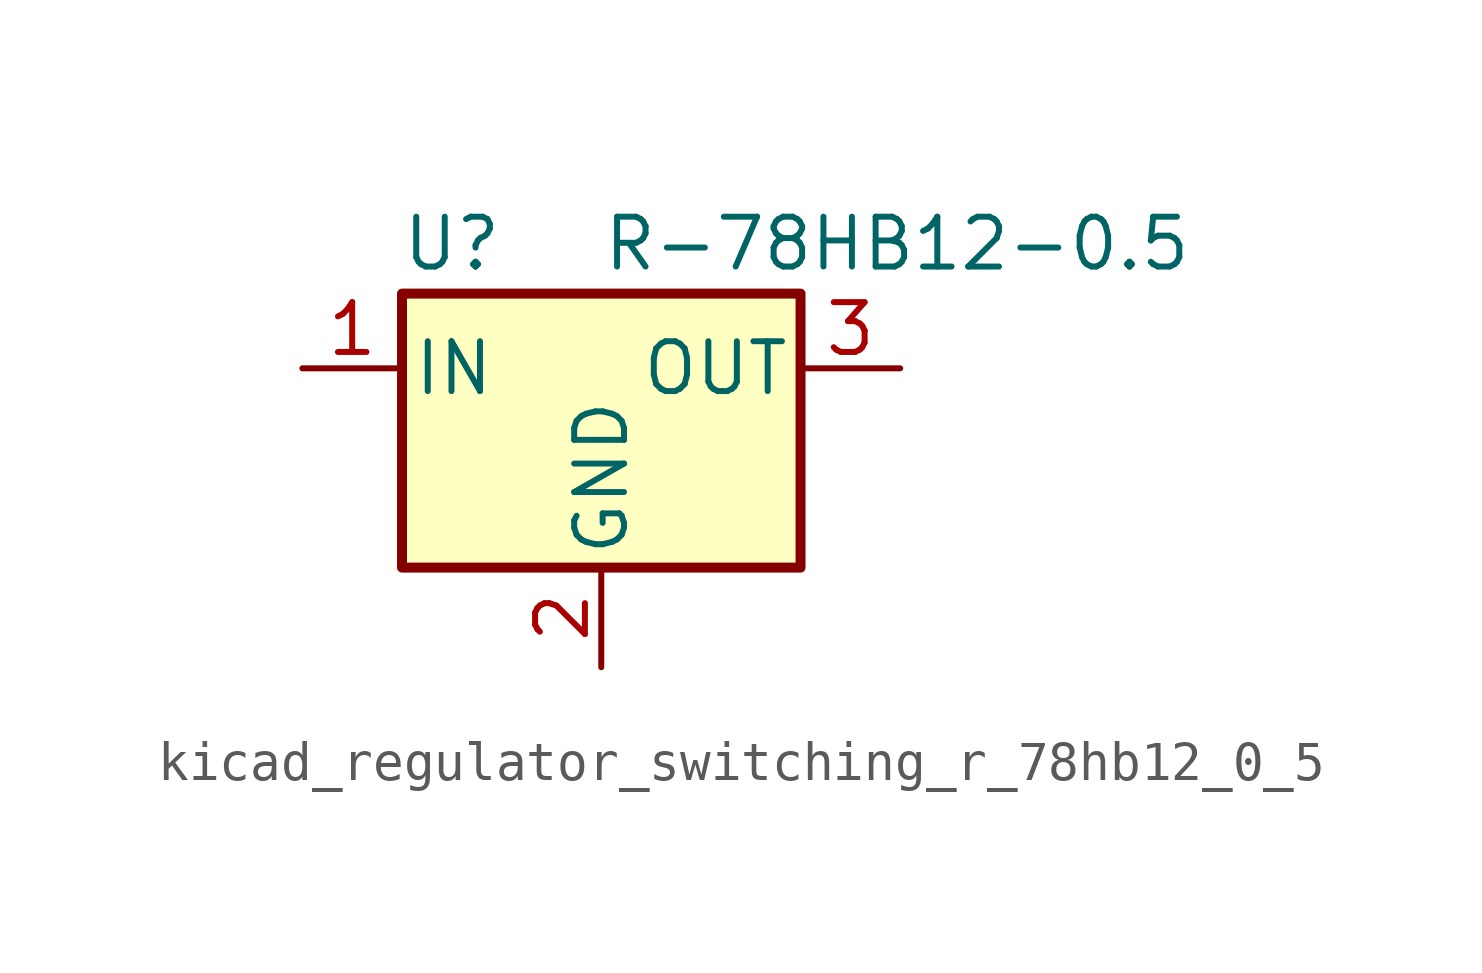
<source format=kicad_sym>
(kicad_symbol_lib
  (version 20220914)
  (generator kicad_symbol_editor)
  (symbol "kicad_regulator_switching_r_78hb12_0_5"
    (pin_names
      (offset 0.254))
    (property "Reference" "U"
      (at -3.81 3.175 0)
      (effects (font (size 1.27 1.27))))
    (property "Value" "R-78HB12-0.5"
      (at 0 3.175 0)
      (effects (font (size 1.27 1.27)) (justify left)))
    (symbol "kicad_regulator_switching_r_78hb12_0_5_0_1"
      (rectangle (start -5.08 1.905) (end 5.08 -5.08) (stroke (width 0.254) (type default)) (fill (type background))))
    (symbol "kicad_regulator_switching_r_78hb12_0_5_1_1"
      (pin power_in line (at -7.62 0 0) (length 2.54) (name "IN" (effects (font (size 1.27 1.27)))) (number "1" (effects (font (size 1.27 1.27)))))
      (pin power_in line (at 0 -7.62 90) (length 2.54) (name "GND" (effects (font (size 1.27 1.27)))) (number "2" (effects (font (size 1.27 1.27)))))
      (pin power_out line (at 7.62 0 180) (length 2.54) (name "OUT" (effects (font (size 1.27 1.27)))) (number "3" (effects (font (size 1.27 1.27))))))))
</source>
